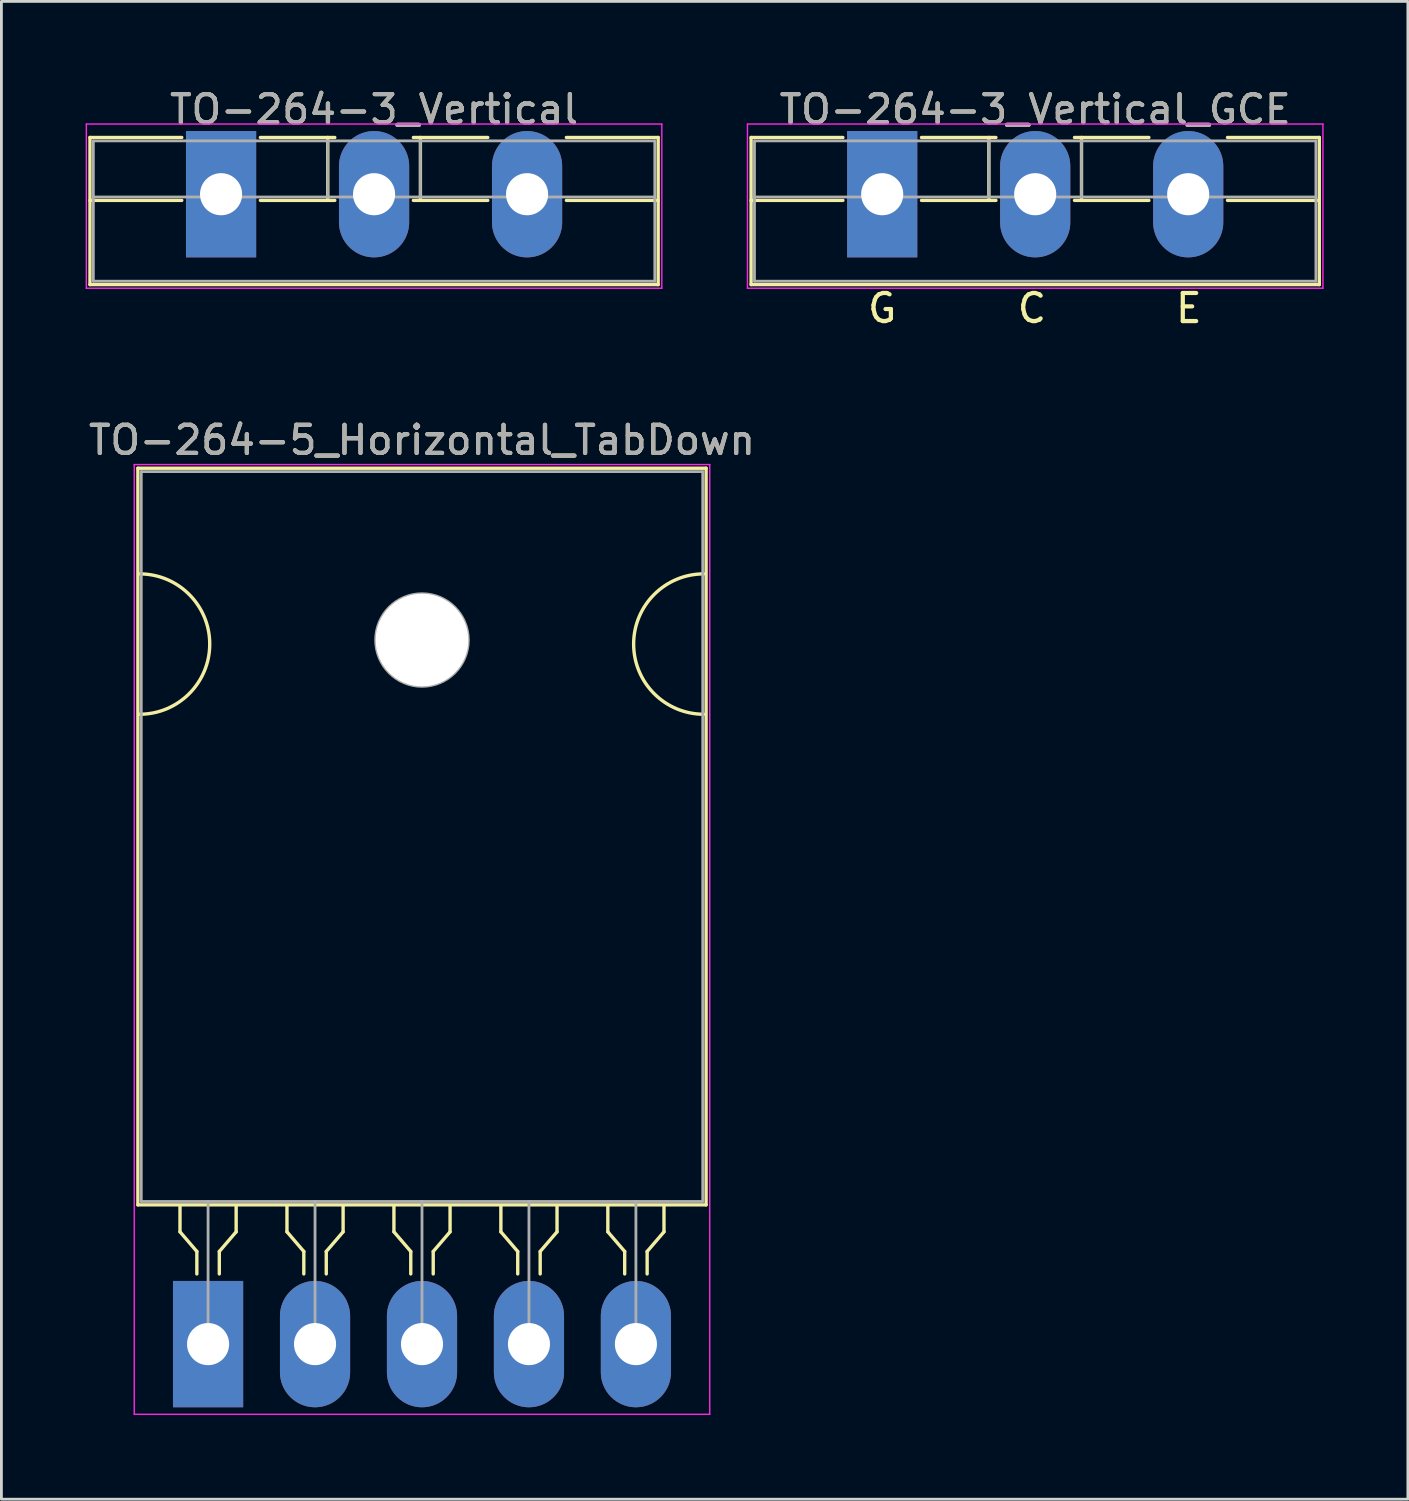
<source format=kicad_pcb>
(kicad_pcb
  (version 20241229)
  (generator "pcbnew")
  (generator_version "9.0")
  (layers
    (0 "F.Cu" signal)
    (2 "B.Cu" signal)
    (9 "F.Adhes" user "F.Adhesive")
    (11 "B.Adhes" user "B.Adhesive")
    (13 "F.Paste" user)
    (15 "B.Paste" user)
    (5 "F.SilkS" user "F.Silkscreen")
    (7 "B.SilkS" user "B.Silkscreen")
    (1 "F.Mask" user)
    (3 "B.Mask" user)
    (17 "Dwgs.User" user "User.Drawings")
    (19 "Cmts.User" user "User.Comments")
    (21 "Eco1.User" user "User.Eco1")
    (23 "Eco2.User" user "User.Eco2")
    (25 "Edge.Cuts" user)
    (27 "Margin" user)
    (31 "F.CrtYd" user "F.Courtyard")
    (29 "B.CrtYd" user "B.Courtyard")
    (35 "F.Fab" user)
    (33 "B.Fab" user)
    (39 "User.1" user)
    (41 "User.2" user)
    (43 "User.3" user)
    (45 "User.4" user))
  (footprint "TO-264-5_Horizontal_TabDown"
    (layer "F.Cu")
    (at 4.362 44.829)
    (property "Reference" "TO-264-5_Horizontal_TabDown" (at 7.62 -32.2 0) (layer "F.SilkS") (effects (font (size 1 1) (thickness 0.15))))
    (attr through_hole)
    (fp_line (start -2.5 -31.2) (end -2.5 -4.96) (stroke (width 0.12) (type solid)) (layer "F.SilkS"))
    (fp_line (start -2.5 -31.2) (end 17.74 -31.2) (stroke (width 0.12) (type solid)) (layer "F.SilkS"))
    (fp_line (start -2.5 -4.96) (end 17.74 -4.96) (stroke (width 0.12) (type solid)) (layer "F.SilkS"))
    (fp_line (start -1 -4.9) (end -1 -4) (stroke (width 0.12) (type solid)) (layer "F.SilkS"))
    (fp_line (start -1 -4) (end -0.4 -3.3) (stroke (width 0.12) (type solid)) (layer "F.SilkS"))
    (fp_line (start -0.4 -3.3) (end -0.4 -2.5) (stroke (width 0.12) (type solid)) (layer "F.SilkS"))
    (fp_line (start 0.4 -3.3) (end 1 -4) (stroke (width 0.12) (type solid)) (layer "F.SilkS"))
    (fp_line (start 0.4 -2.5) (end 0.4 -3.3) (stroke (width 0.12) (type solid)) (layer "F.SilkS"))
    (fp_line (start 1 -4) (end 1 -4.9) (stroke (width 0.12) (type solid)) (layer "F.SilkS"))
    (fp_line (start 2.81 -4.9) (end 2.81 -4) (stroke (width 0.12) (type solid)) (layer "F.SilkS"))
    (fp_line (start 2.81 -4) (end 3.41 -3.3) (stroke (width 0.12) (type solid)) (layer "F.SilkS"))
    (fp_line (start 3.41 -3.3) (end 3.41 -2.5) (stroke (width 0.12) (type solid)) (layer "F.SilkS"))
    (fp_line (start 4.21 -3.3) (end 4.81 -4) (stroke (width 0.12) (type solid)) (layer "F.SilkS"))
    (fp_line (start 4.21 -2.5) (end 4.21 -3.3) (stroke (width 0.12) (type solid)) (layer "F.SilkS"))
    (fp_line (start 4.81 -4) (end 4.81 -4.9) (stroke (width 0.12) (type solid)) (layer "F.SilkS"))
    (fp_line (start 6.62 -4.9) (end 6.62 -4) (stroke (width 0.12) (type solid)) (layer "F.SilkS"))
    (fp_line (start 6.62 -4) (end 7.22 -3.3) (stroke (width 0.12) (type solid)) (layer "F.SilkS"))
    (fp_line (start 7.22 -3.3) (end 7.22 -2.5) (stroke (width 0.12) (type solid)) (layer "F.SilkS"))
    (fp_line (start 8.02 -3.3) (end 8.62 -4) (stroke (width 0.12) (type solid)) (layer "F.SilkS"))
    (fp_line (start 8.02 -2.5) (end 8.02 -3.3) (stroke (width 0.12) (type solid)) (layer "F.SilkS"))
    (fp_line (start 8.62 -4) (end 8.62 -4.9) (stroke (width 0.12) (type solid)) (layer "F.SilkS"))
    (fp_line (start 10.43 -4.9) (end 10.43 -4) (stroke (width 0.12) (type solid)) (layer "F.SilkS"))
    (fp_line (start 10.43 -4) (end 11.03 -3.3) (stroke (width 0.12) (type solid)) (layer "F.SilkS"))
    (fp_line (start 11.03 -3.3) (end 11.03 -2.5) (stroke (width 0.12) (type solid)) (layer "F.SilkS"))
    (fp_line (start 11.83 -3.3) (end 12.43 -4) (stroke (width 0.12) (type solid)) (layer "F.SilkS"))
    (fp_line (start 11.83 -2.5) (end 11.83 -3.3) (stroke (width 0.12) (type solid)) (layer "F.SilkS"))
    (fp_line (start 12.43 -4) (end 12.43 -4.9) (stroke (width 0.12) (type solid)) (layer "F.SilkS"))
    (fp_line (start 14.24 -4.9) (end 14.24 -4) (stroke (width 0.12) (type solid)) (layer "F.SilkS"))
    (fp_line (start 14.24 -4) (end 14.84 -3.3) (stroke (width 0.12) (type solid)) (layer "F.SilkS"))
    (fp_line (start 14.84 -3.3) (end 14.84 -2.5) (stroke (width 0.12) (type solid)) (layer "F.SilkS"))
    (fp_line (start 15.64 -3.3) (end 16.24 -4) (stroke (width 0.12) (type solid)) (layer "F.SilkS"))
    (fp_line (start 15.64 -2.5) (end 15.64 -3.3) (stroke (width 0.12) (type solid)) (layer "F.SilkS"))
    (fp_line (start 16.24 -4) (end 16.24 -4.9) (stroke (width 0.12) (type solid)) (layer "F.SilkS"))
    (fp_line (start 17.74 -31.2) (end 17.74 -4.96) (stroke (width 0.12) (type solid)) (layer "F.SilkS"))
    (fp_arc (start -2.441 -27.4365) (mid 0.059 -24.9365) (end -2.441 -22.4365) (stroke (width 0.12) (type solid)) (layer "F.SilkS"))
    (fp_arc (start 17.659 -22.4365) (mid 15.159 -24.9365) (end 17.659 -27.4365) (stroke (width 0.12) (type solid)) (layer "F.SilkS"))
    (fp_line (start -2.63 -31.33) (end -2.63 2.5) (stroke (width 0.05) (type solid)) (layer "F.CrtYd"))
    (fp_line (start -2.63 2.5) (end 17.87 2.5) (stroke (width 0.05) (type solid)) (layer "F.CrtYd"))
    (fp_line (start 17.87 -31.33) (end -2.63 -31.33) (stroke (width 0.05) (type solid)) (layer "F.CrtYd"))
    (fp_line (start 17.87 2.5) (end 17.87 -31.33) (stroke (width 0.05) (type solid)) (layer "F.CrtYd"))
    (fp_line (start -2.38 -31.08) (end 17.62 -31.08) (stroke (width 0.1) (type solid)) (layer "F.Fab"))
    (fp_line (start -2.38 -5.08) (end -2.38 -31.08) (stroke (width 0.1) (type solid)) (layer "F.Fab"))
    (fp_line (start 0 -5.08) (end 0 0) (stroke (width 0.1) (type solid)) (layer "F.Fab"))
    (fp_line (start 3.81 -5.08) (end 3.81 0) (stroke (width 0.1) (type solid)) (layer "F.Fab"))
    (fp_line (start 7.62 -5.08) (end 7.62 0) (stroke (width 0.1) (type solid)) (layer "F.Fab"))
    (fp_line (start 11.43 -5.08) (end 11.43 0) (stroke (width 0.1) (type solid)) (layer "F.Fab"))
    (fp_line (start 15.24 -5.08) (end 15.24 0) (stroke (width 0.1) (type solid)) (layer "F.Fab"))
    (fp_line (start 17.62 -31.08) (end 17.62 -5.08) (stroke (width 0.1) (type solid)) (layer "F.Fab"))
    (fp_line (start 17.62 -5.08) (end -2.38 -5.08) (stroke (width 0.1) (type solid)) (layer "F.Fab"))
    (fp_circle (center 7.62 -25.08) (end 9.27 -25.08) (stroke (width 0.1) (type solid)) (fill no) (layer "F.Fab"))
    (fp_text user "${REFERENCE}" (at 7.62 -32.2 0) (layer "F.Fab") (effects (font (size 1 1) (thickness 0.15))))
    (pad "" np_thru_hole oval (at 7.62 -25.08) (size 3.3 3.3) (drill 3.3) (layers "*.Cu" "*.Mask"))
    (pad "1" thru_hole rect (at 0 0) (size 2.5 4.5) (drill 1.5) (layers "*.Cu" "*.Mask"))
    (pad "2" thru_hole oval (at 3.81 0) (size 2.5 4.5) (drill 1.5) (layers "*.Cu" "*.Mask"))
    (pad "3" thru_hole oval (at 7.62 0) (size 2.5 4.5) (drill 1.5) (layers "*.Cu" "*.Mask"))
    (pad "4" thru_hole oval (at 11.43 0) (size 2.5 4.5) (drill 1.5) (layers "*.Cu" "*.Mask"))
    (pad "5" thru_hole oval (at 15.24 0) (size 2.5 4.5) (drill 1.5) (layers "*.Cu" "*.Mask")))
  (footprint "TO-264-3_Vertical_GCE"
    (layer "F.Cu")
    (at 28.375 3.868)
    (property "Reference" "TO-264-3_Vertical_GCE" (at 5.45 -3.02 0) (layer "F.SilkS") (effects (font (size 1 1) (thickness 0.15))))
    (fp_line (start -4.67 -2.021) (end -4.67 3.22) (stroke (width 0.12) (type solid)) (layer "F.SilkS"))
    (fp_line (start -4.67 -2.021) (end -1.4 -2.021) (stroke (width 0.12) (type solid)) (layer "F.SilkS"))
    (fp_line (start -4.67 0.22) (end -1.4 0.22) (stroke (width 0.12) (type solid)) (layer "F.SilkS"))
    (fp_line (start -4.67 3.22) (end 15.57 3.22) (stroke (width 0.12) (type solid)) (layer "F.SilkS"))
    (fp_line (start 1.4 -2.021) (end 4.051 -2.021) (stroke (width 0.12) (type solid)) (layer "F.SilkS"))
    (fp_line (start 1.4 0.22) (end 4.051 0.22) (stroke (width 0.12) (type solid)) (layer "F.SilkS"))
    (fp_line (start 3.8 -2.021) (end 3.8 0.22) (stroke (width 0.12) (type solid)) (layer "F.SilkS"))
    (fp_line (start 6.85 -2.021) (end 9.5 -2.021) (stroke (width 0.12) (type solid)) (layer "F.SilkS"))
    (fp_line (start 6.85 0.22) (end 9.5 0.22) (stroke (width 0.12) (type solid)) (layer "F.SilkS"))
    (fp_line (start 7.1 -2.021) (end 7.1 0.22) (stroke (width 0.12) (type solid)) (layer "F.SilkS"))
    (fp_line (start 12.3 -2.021) (end 15.57 -2.021) (stroke (width 0.12) (type solid)) (layer "F.SilkS"))
    (fp_line (start 12.3 0.22) (end 15.57 0.22) (stroke (width 0.12) (type solid)) (layer "F.SilkS"))
    (fp_line (start 15.57 -2.021) (end 15.57 3.22) (stroke (width 0.12) (type solid)) (layer "F.SilkS"))
    (fp_line (start -4.8 -2.5) (end -4.8 3.35) (stroke (width 0.05) (type solid)) (layer "F.CrtYd"))
    (fp_line (start -4.8 3.35) (end 15.7 3.35) (stroke (width 0.05) (type solid)) (layer "F.CrtYd"))
    (fp_line (start 15.7 -2.5) (end -4.8 -2.5) (stroke (width 0.05) (type solid)) (layer "F.CrtYd"))
    (fp_line (start 15.7 3.35) (end 15.7 -2.5) (stroke (width 0.05) (type solid)) (layer "F.CrtYd"))
    (fp_line (start -4.55 -1.9) (end -4.55 3.1) (stroke (width 0.1) (type solid)) (layer "F.Fab"))
    (fp_line (start -4.55 0.1) (end 15.45 0.1) (stroke (width 0.1) (type solid)) (layer "F.Fab"))
    (fp_line (start -4.55 3.1) (end 15.45 3.1) (stroke (width 0.1) (type solid)) (layer "F.Fab"))
    (fp_line (start 3.8 -1.9) (end 3.8 0.1) (stroke (width 0.1) (type solid)) (layer "F.Fab"))
    (fp_line (start 7.1 -1.9) (end 7.1 0.1) (stroke (width 0.1) (type solid)) (layer "F.Fab"))
    (fp_line (start 15.45 -1.9) (end -4.55 -1.9) (stroke (width 0.1) (type solid)) (layer "F.Fab"))
    (fp_line (start 15.45 3.1) (end 15.45 -1.9) (stroke (width 0.1) (type solid)) (layer "F.Fab"))
    (fp_text user "E" (at 10.922 4.064 0) (unlocked yes) (layer "F.SilkS") (effects (font (size 1 1) (thickness 0.15))))
    (fp_text user "G" (at 0 4.064 0) (unlocked yes) (layer "F.SilkS") (effects (font (size 1 1) (thickness 0.15))))
    (fp_text user "C" (at 5.334 4.064 0) (unlocked yes) (layer "F.SilkS") (effects (font (size 1 1) (thickness 0.15))))
    (fp_text user "${REFERENCE}" (at 5.45 -3.02 0) (layer "F.Fab") (effects (font (size 1 1) (thickness 0.15))))
    (pad "1" thru_hole rect (at 0 0) (size 2.5 4.5) (drill 1.5) (layers "*.Cu" "*.Mask"))
    (pad "2" thru_hole oval (at 5.45 0) (size 2.5 4.5) (drill 1.5) (layers "*.Cu" "*.Mask"))
    (pad "3" thru_hole oval (at 10.9 0) (size 2.5 4.5) (drill 1.5) (layers "*.Cu" "*.Mask")))
  (footprint "TO-264-3_Vertical"
    (layer "F.Cu")
    (at 4.825 3.868)
    (property "Reference" "TO-264-3_Vertical" (at 5.45 -3.02 0) (layer "F.SilkS") (effects (font (size 1 1) (thickness 0.15))))
    (attr through_hole)
    (fp_line (start -4.67 -2.021) (end -4.67 3.22) (stroke (width 0.12) (type solid)) (layer "F.SilkS"))
    (fp_line (start -4.67 -2.021) (end -1.4 -2.021) (stroke (width 0.12) (type solid)) (layer "F.SilkS"))
    (fp_line (start -4.67 0.22) (end -1.4 0.22) (stroke (width 0.12) (type solid)) (layer "F.SilkS"))
    (fp_line (start -4.67 3.22) (end 15.57 3.22) (stroke (width 0.12) (type solid)) (layer "F.SilkS"))
    (fp_line (start 1.4 -2.021) (end 4.051 -2.021) (stroke (width 0.12) (type solid)) (layer "F.SilkS"))
    (fp_line (start 1.4 0.22) (end 4.051 0.22) (stroke (width 0.12) (type solid)) (layer "F.SilkS"))
    (fp_line (start 3.8 -2.021) (end 3.8 0.22) (stroke (width 0.12) (type solid)) (layer "F.SilkS"))
    (fp_line (start 6.85 -2.021) (end 9.5 -2.021) (stroke (width 0.12) (type solid)) (layer "F.SilkS"))
    (fp_line (start 6.85 0.22) (end 9.5 0.22) (stroke (width 0.12) (type solid)) (layer "F.SilkS"))
    (fp_line (start 7.1 -2.021) (end 7.1 0.22) (stroke (width 0.12) (type solid)) (layer "F.SilkS"))
    (fp_line (start 12.3 -2.021) (end 15.57 -2.021) (stroke (width 0.12) (type solid)) (layer "F.SilkS"))
    (fp_line (start 12.3 0.22) (end 15.57 0.22) (stroke (width 0.12) (type solid)) (layer "F.SilkS"))
    (fp_line (start 15.57 -2.021) (end 15.57 3.22) (stroke (width 0.12) (type solid)) (layer "F.SilkS"))
    (fp_line (start -4.8 -2.5) (end -4.8 3.35) (stroke (width 0.05) (type solid)) (layer "F.CrtYd"))
    (fp_line (start -4.8 3.35) (end 15.7 3.35) (stroke (width 0.05) (type solid)) (layer "F.CrtYd"))
    (fp_line (start 15.7 -2.5) (end -4.8 -2.5) (stroke (width 0.05) (type solid)) (layer "F.CrtYd"))
    (fp_line (start 15.7 3.35) (end 15.7 -2.5) (stroke (width 0.05) (type solid)) (layer "F.CrtYd"))
    (fp_line (start -4.55 -1.9) (end -4.55 3.1) (stroke (width 0.1) (type solid)) (layer "F.Fab"))
    (fp_line (start -4.55 0.1) (end 15.45 0.1) (stroke (width 0.1) (type solid)) (layer "F.Fab"))
    (fp_line (start -4.55 3.1) (end 15.45 3.1) (stroke (width 0.1) (type solid)) (layer "F.Fab"))
    (fp_line (start 3.8 -1.9) (end 3.8 0.1) (stroke (width 0.1) (type solid)) (layer "F.Fab"))
    (fp_line (start 7.1 -1.9) (end 7.1 0.1) (stroke (width 0.1) (type solid)) (layer "F.Fab"))
    (fp_line (start 15.45 -1.9) (end -4.55 -1.9) (stroke (width 0.1) (type solid)) (layer "F.Fab"))
    (fp_line (start 15.45 3.1) (end 15.45 -1.9) (stroke (width 0.1) (type solid)) (layer "F.Fab"))
    (fp_text user "${REFERENCE}" (at 5.45 -3.02 0) (layer "F.Fab") (effects (font (size 1 1) (thickness 0.15))))
    (pad "1" thru_hole rect (at 0 0) (size 2.5 4.5) (drill 1.5) (layers "*.Cu" "*.Mask"))
    (pad "2" thru_hole oval (at 5.45 0) (size 2.5 4.5) (drill 1.5) (layers "*.Cu" "*.Mask"))
    (pad "3" thru_hole oval (at 10.9 0) (size 2.5 4.5) (drill 1.5) (layers "*.Cu" "*.Mask")))
  (gr_rect
    (start -3 -3)
    (end 47.1 50.354)
    (stroke (width 0.1) (type default))
    (fill no)
    (layer "Edge.Cuts")))
</source>
